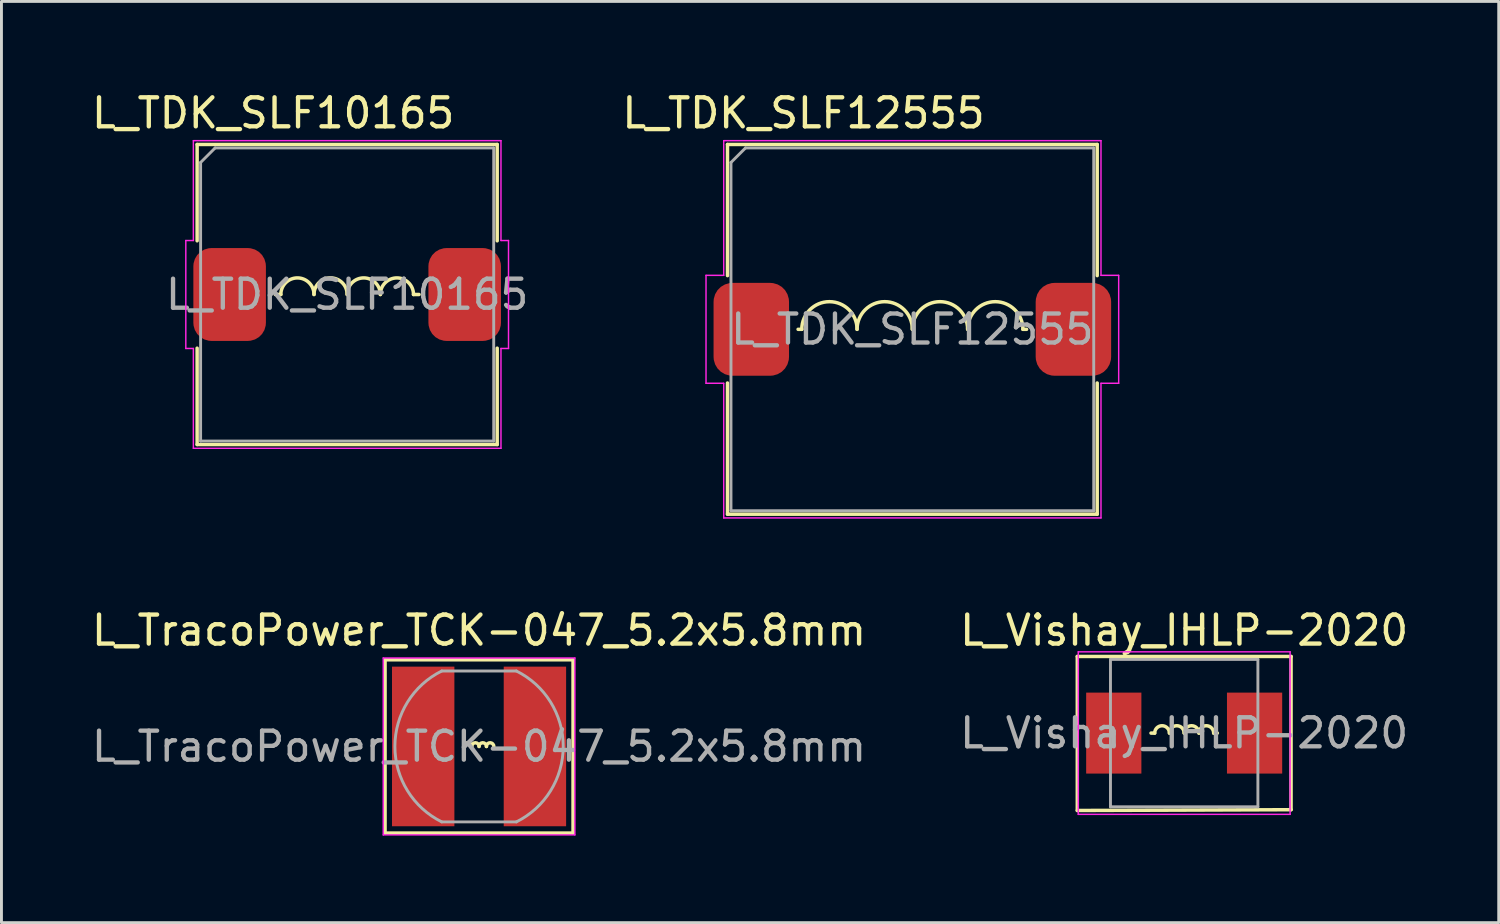
<source format=kicad_pcb>
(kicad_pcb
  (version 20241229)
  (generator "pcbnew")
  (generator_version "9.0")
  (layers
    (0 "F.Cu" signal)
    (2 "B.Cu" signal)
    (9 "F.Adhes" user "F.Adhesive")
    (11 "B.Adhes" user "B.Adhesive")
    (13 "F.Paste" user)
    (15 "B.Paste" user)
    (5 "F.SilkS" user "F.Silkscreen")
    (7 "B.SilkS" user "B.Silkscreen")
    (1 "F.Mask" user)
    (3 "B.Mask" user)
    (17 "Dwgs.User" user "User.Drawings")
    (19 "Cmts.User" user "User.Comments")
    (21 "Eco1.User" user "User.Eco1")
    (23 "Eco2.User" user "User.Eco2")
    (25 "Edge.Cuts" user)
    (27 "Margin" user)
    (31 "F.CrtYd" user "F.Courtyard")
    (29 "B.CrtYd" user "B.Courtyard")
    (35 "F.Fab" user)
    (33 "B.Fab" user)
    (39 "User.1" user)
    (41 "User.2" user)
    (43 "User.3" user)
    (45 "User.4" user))
  (footprint "L_TracoPower_TCK-047_5.2x5.8mm"
    (layer "F.Cu")
    (at 13.458 22.672)
    (property "Reference" "L_TracoPower_TCK-047_5.2x5.8mm" (at 0 -4 0) (layer "F.SilkS") (effects (font (size 1 1) (thickness 0.15))))
    (attr smd)
    (fp_line (start -3.239 -2.985) (end 3.239 -2.985) (stroke (width 0.12) (type solid)) (layer "F.SilkS"))
    (fp_line (start -3.239 2.985) (end -3.239 -2.985) (stroke (width 0.12) (type solid)) (layer "F.SilkS"))
    (fp_line (start 3.239 -2.985) (end 3.239 2.985) (stroke (width 0.12) (type solid)) (layer "F.SilkS"))
    (fp_line (start 3.239 2.985) (end -3.239 2.985) (stroke (width 0.12) (type solid)) (layer "F.SilkS"))
    (fp_arc (start -0.508 0) (mid -0.381 -0.127) (end -0.254 0) (stroke (width 0.12) (type solid)) (layer "F.SilkS"))
    (fp_arc (start -0.254 0) (mid -0.127 -0.127) (end 0 0) (stroke (width 0.12) (type solid)) (layer "F.SilkS"))
    (fp_arc (start 0 0) (mid 0.127 -0.127) (end 0.254 0) (stroke (width 0.12) (type solid)) (layer "F.SilkS"))
    (fp_arc (start 0.254 0) (mid 0.381 -0.127) (end 0.508 0) (stroke (width 0.12) (type solid)) (layer "F.SilkS"))
    (fp_line (start -3.302 -3.048) (end -3.302 3.048) (stroke (width 0.05) (type solid)) (layer "F.CrtYd"))
    (fp_line (start -3.302 -3.048) (end 3.302 -3.048) (stroke (width 0.05) (type solid)) (layer "F.CrtYd"))
    (fp_line (start 3.302 3.048) (end -3.302 3.048) (stroke (width 0.05) (type solid)) (layer "F.CrtYd"))
    (fp_line (start 3.302 3.048) (end 3.302 -3.048) (stroke (width 0.05) (type solid)) (layer "F.CrtYd"))
    (fp_line (start -1.285 -2.6) (end 1.285 -2.6) (stroke (width 0.1) (type solid)) (layer "F.Fab"))
    (fp_line (start -1.285 2.6) (end 1.285 2.6) (stroke (width 0.1) (type solid)) (layer "F.Fab"))
    (fp_arc (start -1.285 2.599999) (mid -2.90021 0) (end -1.284999 -2.599999) (stroke (width 0.1) (type solid)) (layer "F.Fab"))
    (fp_arc (start 1.285 -2.599999) (mid 2.90021 0) (end 1.284999 2.599999) (stroke (width 0.1) (type solid)) (layer "F.Fab"))
    (fp_text user "${REFERENCE}" (at 0 0 0) (layer "F.Fab") (effects (font (size 1 1) (thickness 0.15))))
    (pad "1" smd rect (at -1.925 0 90) (size 5.5 2.15) (layers "F.Cu" "F.Mask" "F.Paste"))
    (pad "2" smd rect (at 1.925 0 90) (size 5.5 2.15) (layers "F.Cu" "F.Mask" "F.Paste")))
  (footprint "L_TDK_SLF10165"
    (layer "F.Cu")
    (at 8.913 7.098)
    (property "Reference" "L_TDK_SLF10165" (at -2.55 -6.25 0) (layer "F.SilkS") (effects (font (size 1 1) (thickness 0.15))))
    (attr smd)
    (fp_line (start -5.17 -5.17) (end -5.17 -1.85) (stroke (width 0.12) (type solid)) (layer "F.SilkS"))
    (fp_line (start -5.17 -5.17) (end 5.17 -5.17) (stroke (width 0.12) (type solid)) (layer "F.SilkS"))
    (fp_line (start -5.17 1.85) (end -5.17 5.17) (stroke (width 0.12) (type solid)) (layer "F.SilkS"))
    (fp_line (start -5.17 5.17) (end 5.17 5.17) (stroke (width 0.12) (type solid)) (layer "F.SilkS"))
    (fp_line (start -2.286 0) (end -2.477 0) (stroke (width 0.12) (type solid)) (layer "F.SilkS"))
    (fp_line (start 2.477 0) (end 2.286 0) (stroke (width 0.12) (type solid)) (layer "F.SilkS"))
    (fp_line (start 5.17 -5.17) (end 5.17 -1.85) (stroke (width 0.12) (type solid)) (layer "F.SilkS"))
    (fp_line (start 5.17 1.85) (end 5.17 5.17) (stroke (width 0.12) (type solid)) (layer "F.SilkS"))
    (fp_arc (start -2.286 0) (mid -1.7145 -0.5715) (end -1.143 0) (stroke (width 0.12) (type solid)) (layer "F.SilkS"))
    (fp_arc (start -1.143 0) (mid -0.5715 -0.5715) (end 0 0) (stroke (width 0.12) (type solid)) (layer "F.SilkS"))
    (fp_arc (start 0 0) (mid 0.5715 -0.5715) (end 1.143 0) (stroke (width 0.12) (type solid)) (layer "F.SilkS"))
    (fp_arc (start 1.143 0) (mid 1.7145 -0.5715) (end 2.286 0) (stroke (width 0.12) (type solid)) (layer "F.SilkS"))
    (fp_line (start -5.56 -1.86) (end -5.56 1.86) (stroke (width 0.05) (type solid)) (layer "F.CrtYd"))
    (fp_line (start -5.56 1.86) (end -5.3 1.86) (stroke (width 0.05) (type solid)) (layer "F.CrtYd"))
    (fp_line (start -5.3 -5.3) (end -5.3 -1.86) (stroke (width 0.05) (type solid)) (layer "F.CrtYd"))
    (fp_line (start -5.3 -5.3) (end 5.3 -5.3) (stroke (width 0.05) (type solid)) (layer "F.CrtYd"))
    (fp_line (start -5.3 -1.86) (end -5.56 -1.86) (stroke (width 0.05) (type solid)) (layer "F.CrtYd"))
    (fp_line (start -5.3 1.86) (end -5.3 5.3) (stroke (width 0.05) (type solid)) (layer "F.CrtYd"))
    (fp_line (start -5.3 5.3) (end 5.3 5.3) (stroke (width 0.05) (type solid)) (layer "F.CrtYd"))
    (fp_line (start 5.3 -5.3) (end 5.3 -1.86) (stroke (width 0.05) (type solid)) (layer "F.CrtYd"))
    (fp_line (start 5.3 -1.86) (end 5.56 -1.86) (stroke (width 0.05) (type solid)) (layer "F.CrtYd"))
    (fp_line (start 5.3 1.86) (end 5.3 5.3) (stroke (width 0.05) (type solid)) (layer "F.CrtYd"))
    (fp_line (start 5.56 -1.86) (end 5.56 1.86) (stroke (width 0.05) (type solid)) (layer "F.CrtYd"))
    (fp_line (start 5.56 1.86) (end 5.3 1.86) (stroke (width 0.05) (type solid)) (layer "F.CrtYd"))
    (fp_line (start -5.05 -4.55) (end -4.55 -5.05) (stroke (width 0.1) (type solid)) (layer "F.Fab"))
    (fp_line (start -5.05 5.05) (end -5.05 -4.55) (stroke (width 0.1) (type solid)) (layer "F.Fab"))
    (fp_line (start -4.55 -5.05) (end 5.05 -5.05) (stroke (width 0.1) (type solid)) (layer "F.Fab"))
    (fp_line (start 5.05 -5.05) (end 5.05 5.05) (stroke (width 0.1) (type solid)) (layer "F.Fab"))
    (fp_line (start 5.05 5.05) (end -5.05 5.05) (stroke (width 0.1) (type solid)) (layer "F.Fab"))
    (fp_text user "${REFERENCE}" (at 0 0 0) (layer "F.Fab") (effects (font (size 1 1) (thickness 0.15))))
    (pad "1" smd roundrect (at -4.05 0) (size 2.5 3.2) (layers "F.Cu" "F.Mask" "F.Paste") (roundrect_rratio 0.25))
    (pad "2" smd roundrect (at 4.05 0) (size 2.5 3.2) (layers "F.Cu" "F.Mask" "F.Paste") (roundrect_rratio 0.25)))
  (footprint "L_Vishay_IHLP-2020"
    (layer "F.Cu")
    (at 37.756 22.212)
    (property "Reference" "L_Vishay_IHLP-2020" (at 0 -3.54 0) (layer "F.SilkS") (effects (font (size 1 1) (thickness 0.15))))
    (attr smd)
    (fp_line (start -3.683 -2.64) (end -3.683 2.667) (stroke (width 0.12) (type solid)) (layer "F.SilkS"))
    (fp_line (start -3.683 -2.64) (end 3.683 -2.64) (stroke (width 0.12) (type solid)) (layer "F.SilkS"))
    (fp_line (start -3.683 2.667) (end 3.683 2.64) (stroke (width 0.12) (type solid)) (layer "F.SilkS"))
    (fp_line (start -1.143 0) (end -1.016 0) (stroke (width 0.12) (type solid)) (layer "F.SilkS"))
    (fp_line (start 1.016 0) (end 1.143 0) (stroke (width 0.12) (type solid)) (layer "F.SilkS"))
    (fp_line (start 3.683 -2.64) (end 3.683 2.64) (stroke (width 0.12) (type solid)) (layer "F.SilkS"))
    (fp_arc (start -1.016 0) (mid -0.762 -0.254) (end -0.508 0) (stroke (width 0.12) (type solid)) (layer "F.SilkS"))
    (fp_arc (start -0.508 0) (mid -0.254 -0.254) (end 0 0) (stroke (width 0.12) (type solid)) (layer "F.SilkS"))
    (fp_arc (start 0 0) (mid 0.254 -0.254) (end 0.508 0) (stroke (width 0.12) (type solid)) (layer "F.SilkS"))
    (fp_arc (start 0.508 0) (mid 0.762 -0.254) (end 1.016 0) (stroke (width 0.12) (type solid)) (layer "F.SilkS"))
    (fp_line (start -3.65 -2.8) (end -3.65 2.8) (stroke (width 0.05) (type solid)) (layer "F.CrtYd"))
    (fp_line (start -3.65 2.8) (end 3.65 2.8) (stroke (width 0.05) (type solid)) (layer "F.CrtYd"))
    (fp_line (start 3.65 -2.8) (end -3.65 -2.8) (stroke (width 0.05) (type solid)) (layer "F.CrtYd"))
    (fp_line (start 3.65 2.8) (end 3.65 -2.8) (stroke (width 0.05) (type solid)) (layer "F.CrtYd"))
    (fp_line (start -2.54 -2.54) (end -2.54 2.54) (stroke (width 0.1) (type solid)) (layer "F.Fab"))
    (fp_line (start -2.54 2.54) (end 2.54 2.54) (stroke (width 0.1) (type solid)) (layer "F.Fab"))
    (fp_line (start 2.54 -2.54) (end -2.54 -2.54) (stroke (width 0.1) (type solid)) (layer "F.Fab"))
    (fp_line (start 2.54 2.54) (end 2.54 -2.54) (stroke (width 0.1) (type solid)) (layer "F.Fab"))
    (fp_text user "${REFERENCE}" (at 0 0 0) (layer "F.Fab") (effects (font (size 1 1) (thickness 0.15))))
    (pad "1" smd rect (at -2.426 0) (size 1.903 2.79) (layers "F.Cu" "F.Mask" "F.Paste"))
    (pad "2" smd rect (at 2.426 0) (size 1.903 2.79) (layers "F.Cu" "F.Mask" "F.Paste")))
  (footprint "L_TDK_SLF12555"
    (layer "F.Cu")
    (at 28.389 8.298)
    (property "Reference" "L_TDK_SLF12555" (at -3.75 -7.45 0) (layer "F.SilkS") (effects (font (size 1 1) (thickness 0.15))))
    (attr smd)
    (fp_line (start -6.37 -6.37) (end -6.37 -1.85) (stroke (width 0.12) (type solid)) (layer "F.SilkS"))
    (fp_line (start -6.37 -6.37) (end 6.37 -6.37) (stroke (width 0.12) (type solid)) (layer "F.SilkS"))
    (fp_line (start -6.37 1.85) (end -6.37 6.37) (stroke (width 0.12) (type solid)) (layer "F.SilkS"))
    (fp_line (start -6.37 6.37) (end 6.37 6.37) (stroke (width 0.12) (type solid)) (layer "F.SilkS"))
    (fp_line (start -3.81 0) (end -3.937 0) (stroke (width 0.12) (type solid)) (layer "F.SilkS"))
    (fp_line (start 3.81 0) (end 3.937 0) (stroke (width 0.12) (type solid)) (layer "F.SilkS"))
    (fp_line (start 6.37 -6.37) (end 6.37 -1.85) (stroke (width 0.12) (type solid)) (layer "F.SilkS"))
    (fp_line (start 6.37 1.85) (end 6.37 6.37) (stroke (width 0.12) (type solid)) (layer "F.SilkS"))
    (fp_arc (start -3.81 0) (mid -2.8575 -0.9525) (end -1.905 0) (stroke (width 0.12) (type solid)) (layer "F.SilkS"))
    (fp_arc (start -1.905 0) (mid -0.9525 -0.9525) (end 0 0) (stroke (width 0.12) (type solid)) (layer "F.SilkS"))
    (fp_arc (start 0 0) (mid 0.9525 -0.9525) (end 1.905 0) (stroke (width 0.12) (type solid)) (layer "F.SilkS"))
    (fp_arc (start 1.905 0) (mid 2.8575 -0.9525) (end 3.81 0) (stroke (width 0.12) (type solid)) (layer "F.SilkS"))
    (fp_line (start -7.11 -1.86) (end -7.11 1.86) (stroke (width 0.05) (type solid)) (layer "F.CrtYd"))
    (fp_line (start -7.11 1.86) (end -6.5 1.86) (stroke (width 0.05) (type solid)) (layer "F.CrtYd"))
    (fp_line (start -6.5 -6.5) (end -6.5 -1.86) (stroke (width 0.05) (type solid)) (layer "F.CrtYd"))
    (fp_line (start -6.5 -6.5) (end 6.5 -6.5) (stroke (width 0.05) (type solid)) (layer "F.CrtYd"))
    (fp_line (start -6.5 -1.86) (end -7.11 -1.86) (stroke (width 0.05) (type solid)) (layer "F.CrtYd"))
    (fp_line (start -6.5 1.86) (end -6.5 6.5) (stroke (width 0.05) (type solid)) (layer "F.CrtYd"))
    (fp_line (start -6.5 6.5) (end 6.5 6.5) (stroke (width 0.05) (type solid)) (layer "F.CrtYd"))
    (fp_line (start 6.5 -6.5) (end 6.5 -1.86) (stroke (width 0.05) (type solid)) (layer "F.CrtYd"))
    (fp_line (start 6.5 -1.86) (end 7.11 -1.86) (stroke (width 0.05) (type solid)) (layer "F.CrtYd"))
    (fp_line (start 6.5 1.86) (end 6.5 6.5) (stroke (width 0.05) (type solid)) (layer "F.CrtYd"))
    (fp_line (start 7.11 -1.86) (end 7.11 1.86) (stroke (width 0.05) (type solid)) (layer "F.CrtYd"))
    (fp_line (start 7.11 1.86) (end 6.5 1.86) (stroke (width 0.05) (type solid)) (layer "F.CrtYd"))
    (fp_line (start -6.25 -5.75) (end -5.75 -6.25) (stroke (width 0.1) (type solid)) (layer "F.Fab"))
    (fp_line (start -6.25 6.25) (end -6.25 -5.75) (stroke (width 0.1) (type solid)) (layer "F.Fab"))
    (fp_line (start -5.75 -6.25) (end 6.25 -6.25) (stroke (width 0.1) (type solid)) (layer "F.Fab"))
    (fp_line (start 6.25 -6.25) (end 6.25 6.25) (stroke (width 0.1) (type solid)) (layer "F.Fab"))
    (fp_line (start 6.25 6.25) (end -6.25 6.25) (stroke (width 0.1) (type solid)) (layer "F.Fab"))
    (fp_text user "${REFERENCE}" (at 0 0 0) (layer "F.Fab") (effects (font (size 1 1) (thickness 0.15))))
    (pad "1" smd roundrect (at -5.55 0) (size 2.6 3.2) (layers "F.Cu" "F.Mask" "F.Paste") (roundrect_rratio 0.25))
    (pad "2" smd roundrect (at 5.55 0) (size 2.6 3.2) (layers "F.Cu" "F.Mask" "F.Paste") (roundrect_rratio 0.25)))
  (gr_rect
    (start -3 -3)
    (end 48.595 28.744)
    (stroke (width 0.1) (type default))
    (fill no)
    (layer "Edge.Cuts")))
</source>
